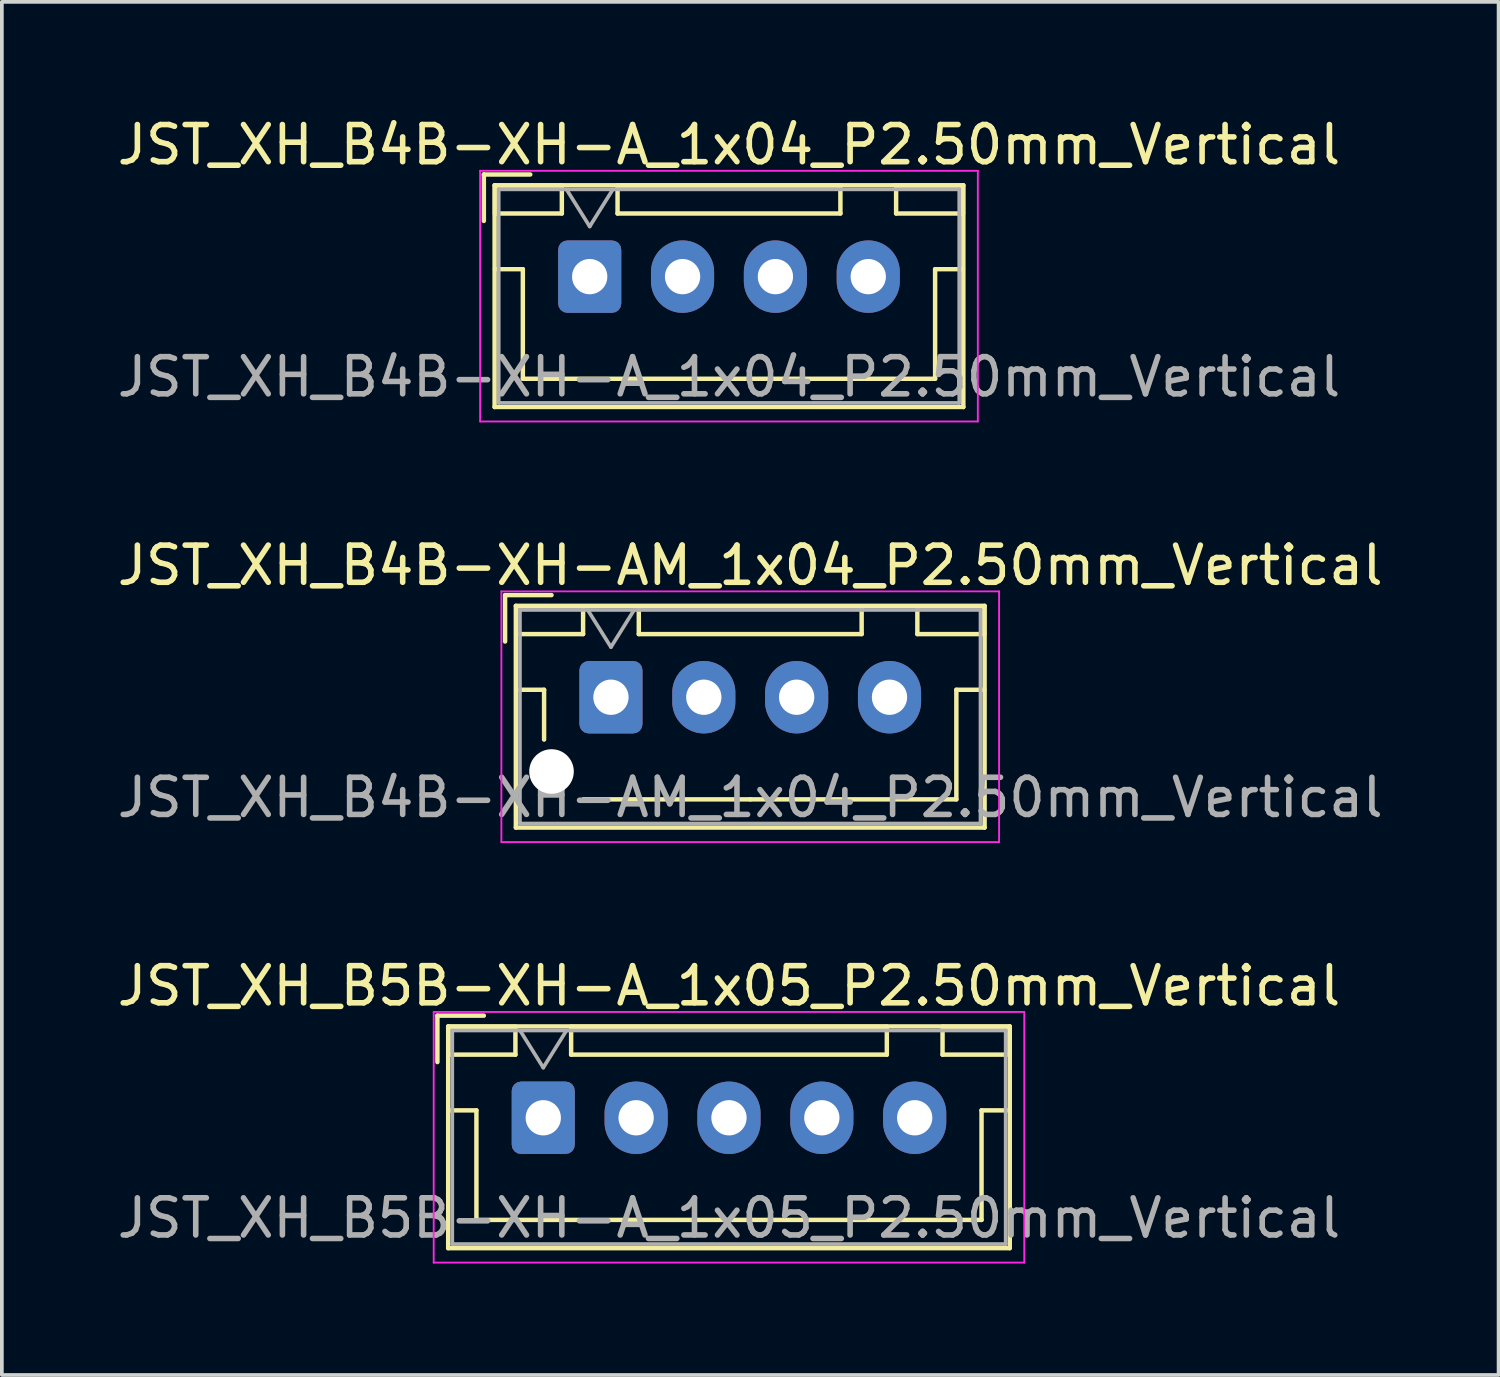
<source format=kicad_pcb>
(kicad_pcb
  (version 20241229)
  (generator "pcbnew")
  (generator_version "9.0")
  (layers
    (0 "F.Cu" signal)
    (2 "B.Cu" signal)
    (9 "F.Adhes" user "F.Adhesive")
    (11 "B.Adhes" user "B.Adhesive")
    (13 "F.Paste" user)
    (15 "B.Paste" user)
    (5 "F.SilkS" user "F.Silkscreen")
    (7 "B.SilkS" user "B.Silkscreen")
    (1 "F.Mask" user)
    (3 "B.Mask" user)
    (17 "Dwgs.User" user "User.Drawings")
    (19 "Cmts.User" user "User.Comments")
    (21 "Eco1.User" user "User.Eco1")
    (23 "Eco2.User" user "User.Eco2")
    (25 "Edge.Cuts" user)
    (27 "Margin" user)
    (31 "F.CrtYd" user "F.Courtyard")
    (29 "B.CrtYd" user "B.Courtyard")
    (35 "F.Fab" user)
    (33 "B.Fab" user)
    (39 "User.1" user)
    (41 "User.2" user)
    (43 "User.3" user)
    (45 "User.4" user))
  (footprint "JST_XH_B4B-XH-AM_1x04_P2.50mm_Vertical"
    (layer "F.Cu")
    (at 13.399 15.722)
    (property "Reference" "JST_XH_B4B-XH-AM_1x04_P2.50mm_Vertical" (at 3.75 -3.55 0) (layer "F.SilkS") (effects (font (size 1 1) (thickness 0.15))))
    (attr through_hole)
    (fp_line (start -2.85 -2.75) (end -2.85 -1.5) (stroke (width 0.12) (type solid)) (layer "F.SilkS"))
    (fp_line (start -2.56 -2.46) (end -2.56 3.51) (stroke (width 0.12) (type solid)) (layer "F.SilkS"))
    (fp_line (start -2.56 3.51) (end 10.06 3.51) (stroke (width 0.12) (type solid)) (layer "F.SilkS"))
    (fp_line (start -2.55 -2.45) (end -2.55 -1.7) (stroke (width 0.12) (type solid)) (layer "F.SilkS"))
    (fp_line (start -2.55 -1.7) (end -0.75 -1.7) (stroke (width 0.12) (type solid)) (layer "F.SilkS"))
    (fp_line (start -2.55 -0.2) (end -1.8 -0.2) (stroke (width 0.12) (type solid)) (layer "F.SilkS"))
    (fp_line (start -1.8 -0.2) (end -1.8 1.14) (stroke (width 0.12) (type solid)) (layer "F.SilkS"))
    (fp_line (start -1.6 -2.75) (end -2.85 -2.75) (stroke (width 0.12) (type solid)) (layer "F.SilkS"))
    (fp_line (start -0.75 -2.45) (end -2.55 -2.45) (stroke (width 0.12) (type solid)) (layer "F.SilkS"))
    (fp_line (start -0.75 -1.7) (end -0.75 -2.45) (stroke (width 0.12) (type solid)) (layer "F.SilkS"))
    (fp_line (start 0.75 -2.45) (end 0.75 -1.7) (stroke (width 0.12) (type solid)) (layer "F.SilkS"))
    (fp_line (start 0.75 -1.7) (end 6.75 -1.7) (stroke (width 0.12) (type solid)) (layer "F.SilkS"))
    (fp_line (start 3.75 2.75) (end -0.74 2.75) (stroke (width 0.12) (type solid)) (layer "F.SilkS"))
    (fp_line (start 6.75 -2.45) (end 0.75 -2.45) (stroke (width 0.12) (type solid)) (layer "F.SilkS"))
    (fp_line (start 6.75 -1.7) (end 6.75 -2.45) (stroke (width 0.12) (type solid)) (layer "F.SilkS"))
    (fp_line (start 8.25 -2.45) (end 8.25 -1.7) (stroke (width 0.12) (type solid)) (layer "F.SilkS"))
    (fp_line (start 8.25 -1.7) (end 10.05 -1.7) (stroke (width 0.12) (type solid)) (layer "F.SilkS"))
    (fp_line (start 9.3 -0.2) (end 9.3 2.75) (stroke (width 0.12) (type solid)) (layer "F.SilkS"))
    (fp_line (start 9.3 2.75) (end 3.75 2.75) (stroke (width 0.12) (type solid)) (layer "F.SilkS"))
    (fp_line (start 10.05 -2.45) (end 8.25 -2.45) (stroke (width 0.12) (type solid)) (layer "F.SilkS"))
    (fp_line (start 10.05 -1.7) (end 10.05 -2.45) (stroke (width 0.12) (type solid)) (layer "F.SilkS"))
    (fp_line (start 10.05 -0.2) (end 9.3 -0.2) (stroke (width 0.12) (type solid)) (layer "F.SilkS"))
    (fp_line (start 10.06 -2.46) (end -2.56 -2.46) (stroke (width 0.12) (type solid)) (layer "F.SilkS"))
    (fp_line (start 10.06 3.51) (end 10.06 -2.46) (stroke (width 0.12) (type solid)) (layer "F.SilkS"))
    (fp_line (start -2.95 -2.85) (end -2.95 3.9) (stroke (width 0.05) (type solid)) (layer "F.CrtYd"))
    (fp_line (start -2.95 3.9) (end 10.45 3.9) (stroke (width 0.05) (type solid)) (layer "F.CrtYd"))
    (fp_line (start 10.45 -2.85) (end -2.95 -2.85) (stroke (width 0.05) (type solid)) (layer "F.CrtYd"))
    (fp_line (start 10.45 3.9) (end 10.45 -2.85) (stroke (width 0.05) (type solid)) (layer "F.CrtYd"))
    (fp_line (start -2.45 -2.35) (end -2.45 3.4) (stroke (width 0.1) (type solid)) (layer "F.Fab"))
    (fp_line (start -2.45 3.4) (end 9.95 3.4) (stroke (width 0.1) (type solid)) (layer "F.Fab"))
    (fp_line (start -0.625 -2.35) (end 0 -1.35) (stroke (width 0.1) (type solid)) (layer "F.Fab"))
    (fp_line (start 0 -1.35) (end 0.625 -2.35) (stroke (width 0.1) (type solid)) (layer "F.Fab"))
    (fp_line (start 9.95 -2.35) (end -2.45 -2.35) (stroke (width 0.1) (type solid)) (layer "F.Fab"))
    (fp_line (start 9.95 3.4) (end 9.95 -2.35) (stroke (width 0.1) (type solid)) (layer "F.Fab"))
    (fp_text user "${REFERENCE}" (at 3.75 2.7 0) (layer "F.Fab") (effects (font (size 1 1) (thickness 0.15))))
    (pad "" np_thru_hole circle (at -1.6 2) (size 1.2 1.2) (drill 1.2) (layers "*.Cu" "*.Mask"))
    (pad "1" thru_hole roundrect (at 0 0) (size 1.7 1.95) (drill 0.95) (layers "*.Cu" "*.Mask") (roundrect_rratio 0.147))
    (pad "2" thru_hole oval (at 2.5 0) (size 1.7 1.95) (drill 0.95) (layers "*.Cu" "*.Mask"))
    (pad "3" thru_hole oval (at 5 0) (size 1.7 1.95) (drill 0.95) (layers "*.Cu" "*.Mask"))
    (pad "4" thru_hole oval (at 7.5 0) (size 1.7 1.95) (drill 0.95) (layers "*.Cu" "*.Mask")))
  (footprint "JST_XH_B4B-XH-A_1x04_P2.50mm_Vertical"
    (layer "F.Cu")
    (at 12.827 4.398)
    (property "Reference" "JST_XH_B4B-XH-A_1x04_P2.50mm_Vertical" (at 3.75 -3.55 0) (layer "F.SilkS") (effects (font (size 1 1) (thickness 0.15))))
    (attr through_hole)
    (fp_line (start -2.85 -2.75) (end -2.85 -1.5) (stroke (width 0.12) (type solid)) (layer "F.SilkS"))
    (fp_line (start -2.56 -2.46) (end -2.56 3.51) (stroke (width 0.12) (type solid)) (layer "F.SilkS"))
    (fp_line (start -2.56 3.51) (end 10.06 3.51) (stroke (width 0.12) (type solid)) (layer "F.SilkS"))
    (fp_line (start -2.55 -2.45) (end -2.55 -1.7) (stroke (width 0.12) (type solid)) (layer "F.SilkS"))
    (fp_line (start -2.55 -1.7) (end -0.75 -1.7) (stroke (width 0.12) (type solid)) (layer "F.SilkS"))
    (fp_line (start -2.55 -0.2) (end -1.8 -0.2) (stroke (width 0.12) (type solid)) (layer "F.SilkS"))
    (fp_line (start -1.8 -0.2) (end -1.8 2.75) (stroke (width 0.12) (type solid)) (layer "F.SilkS"))
    (fp_line (start -1.8 2.75) (end 3.75 2.75) (stroke (width 0.12) (type solid)) (layer "F.SilkS"))
    (fp_line (start -1.6 -2.75) (end -2.85 -2.75) (stroke (width 0.12) (type solid)) (layer "F.SilkS"))
    (fp_line (start -0.75 -2.45) (end -2.55 -2.45) (stroke (width 0.12) (type solid)) (layer "F.SilkS"))
    (fp_line (start -0.75 -1.7) (end -0.75 -2.45) (stroke (width 0.12) (type solid)) (layer "F.SilkS"))
    (fp_line (start 0.75 -2.45) (end 0.75 -1.7) (stroke (width 0.12) (type solid)) (layer "F.SilkS"))
    (fp_line (start 0.75 -1.7) (end 6.75 -1.7) (stroke (width 0.12) (type solid)) (layer "F.SilkS"))
    (fp_line (start 6.75 -2.45) (end 0.75 -2.45) (stroke (width 0.12) (type solid)) (layer "F.SilkS"))
    (fp_line (start 6.75 -1.7) (end 6.75 -2.45) (stroke (width 0.12) (type solid)) (layer "F.SilkS"))
    (fp_line (start 8.25 -2.45) (end 8.25 -1.7) (stroke (width 0.12) (type solid)) (layer "F.SilkS"))
    (fp_line (start 8.25 -1.7) (end 10.05 -1.7) (stroke (width 0.12) (type solid)) (layer "F.SilkS"))
    (fp_line (start 9.3 -0.2) (end 9.3 2.75) (stroke (width 0.12) (type solid)) (layer "F.SilkS"))
    (fp_line (start 9.3 2.75) (end 3.75 2.75) (stroke (width 0.12) (type solid)) (layer "F.SilkS"))
    (fp_line (start 10.05 -2.45) (end 8.25 -2.45) (stroke (width 0.12) (type solid)) (layer "F.SilkS"))
    (fp_line (start 10.05 -1.7) (end 10.05 -2.45) (stroke (width 0.12) (type solid)) (layer "F.SilkS"))
    (fp_line (start 10.05 -0.2) (end 9.3 -0.2) (stroke (width 0.12) (type solid)) (layer "F.SilkS"))
    (fp_line (start 10.06 -2.46) (end -2.56 -2.46) (stroke (width 0.12) (type solid)) (layer "F.SilkS"))
    (fp_line (start 10.06 3.51) (end 10.06 -2.46) (stroke (width 0.12) (type solid)) (layer "F.SilkS"))
    (fp_line (start -2.95 -2.85) (end -2.95 3.9) (stroke (width 0.05) (type solid)) (layer "F.CrtYd"))
    (fp_line (start -2.95 3.9) (end 10.45 3.9) (stroke (width 0.05) (type solid)) (layer "F.CrtYd"))
    (fp_line (start 10.45 -2.85) (end -2.95 -2.85) (stroke (width 0.05) (type solid)) (layer "F.CrtYd"))
    (fp_line (start 10.45 3.9) (end 10.45 -2.85) (stroke (width 0.05) (type solid)) (layer "F.CrtYd"))
    (fp_line (start -2.45 -2.35) (end -2.45 3.4) (stroke (width 0.1) (type solid)) (layer "F.Fab"))
    (fp_line (start -2.45 3.4) (end 9.95 3.4) (stroke (width 0.1) (type solid)) (layer "F.Fab"))
    (fp_line (start -0.625 -2.35) (end 0 -1.35) (stroke (width 0.1) (type solid)) (layer "F.Fab"))
    (fp_line (start 0 -1.35) (end 0.625 -2.35) (stroke (width 0.1) (type solid)) (layer "F.Fab"))
    (fp_line (start 9.95 -2.35) (end -2.45 -2.35) (stroke (width 0.1) (type solid)) (layer "F.Fab"))
    (fp_line (start 9.95 3.4) (end 9.95 -2.35) (stroke (width 0.1) (type solid)) (layer "F.Fab"))
    (fp_text user "${REFERENCE}" (at 3.75 2.7 0) (layer "F.Fab") (effects (font (size 1 1) (thickness 0.15))))
    (pad "1" thru_hole roundrect (at 0 0) (size 1.7 1.95) (drill 0.95) (layers "*.Cu" "*.Mask") (roundrect_rratio 0.147))
    (pad "2" thru_hole oval (at 2.5 0) (size 1.7 1.95) (drill 0.95) (layers "*.Cu" "*.Mask"))
    (pad "3" thru_hole oval (at 5 0) (size 1.7 1.95) (drill 0.95) (layers "*.Cu" "*.Mask"))
    (pad "4" thru_hole oval (at 7.5 0) (size 1.7 1.95) (drill 0.95) (layers "*.Cu" "*.Mask")))
  (footprint "JST_XH_B5B-XH-A_1x05_P2.50mm_Vertical"
    (layer "F.Cu")
    (at 11.577 27.045)
    (property "Reference" "JST_XH_B5B-XH-A_1x05_P2.50mm_Vertical" (at 5 -3.55 0) (layer "F.SilkS") (effects (font (size 1 1) (thickness 0.15))))
    (attr through_hole)
    (fp_line (start -2.85 -2.75) (end -2.85 -1.5) (stroke (width 0.12) (type solid)) (layer "F.SilkS"))
    (fp_line (start -2.56 -2.46) (end -2.56 3.51) (stroke (width 0.12) (type solid)) (layer "F.SilkS"))
    (fp_line (start -2.56 3.51) (end 12.56 3.51) (stroke (width 0.12) (type solid)) (layer "F.SilkS"))
    (fp_line (start -2.55 -2.45) (end -2.55 -1.7) (stroke (width 0.12) (type solid)) (layer "F.SilkS"))
    (fp_line (start -2.55 -1.7) (end -0.75 -1.7) (stroke (width 0.12) (type solid)) (layer "F.SilkS"))
    (fp_line (start -2.55 -0.2) (end -1.8 -0.2) (stroke (width 0.12) (type solid)) (layer "F.SilkS"))
    (fp_line (start -1.8 -0.2) (end -1.8 2.75) (stroke (width 0.12) (type solid)) (layer "F.SilkS"))
    (fp_line (start -1.8 2.75) (end 5 2.75) (stroke (width 0.12) (type solid)) (layer "F.SilkS"))
    (fp_line (start -1.6 -2.75) (end -2.85 -2.75) (stroke (width 0.12) (type solid)) (layer "F.SilkS"))
    (fp_line (start -0.75 -2.45) (end -2.55 -2.45) (stroke (width 0.12) (type solid)) (layer "F.SilkS"))
    (fp_line (start -0.75 -1.7) (end -0.75 -2.45) (stroke (width 0.12) (type solid)) (layer "F.SilkS"))
    (fp_line (start 0.75 -2.45) (end 0.75 -1.7) (stroke (width 0.12) (type solid)) (layer "F.SilkS"))
    (fp_line (start 0.75 -1.7) (end 9.25 -1.7) (stroke (width 0.12) (type solid)) (layer "F.SilkS"))
    (fp_line (start 9.25 -2.45) (end 0.75 -2.45) (stroke (width 0.12) (type solid)) (layer "F.SilkS"))
    (fp_line (start 9.25 -1.7) (end 9.25 -2.45) (stroke (width 0.12) (type solid)) (layer "F.SilkS"))
    (fp_line (start 10.75 -2.45) (end 10.75 -1.7) (stroke (width 0.12) (type solid)) (layer "F.SilkS"))
    (fp_line (start 10.75 -1.7) (end 12.55 -1.7) (stroke (width 0.12) (type solid)) (layer "F.SilkS"))
    (fp_line (start 11.8 -0.2) (end 11.8 2.75) (stroke (width 0.12) (type solid)) (layer "F.SilkS"))
    (fp_line (start 11.8 2.75) (end 5 2.75) (stroke (width 0.12) (type solid)) (layer "F.SilkS"))
    (fp_line (start 12.55 -2.45) (end 10.75 -2.45) (stroke (width 0.12) (type solid)) (layer "F.SilkS"))
    (fp_line (start 12.55 -1.7) (end 12.55 -2.45) (stroke (width 0.12) (type solid)) (layer "F.SilkS"))
    (fp_line (start 12.55 -0.2) (end 11.8 -0.2) (stroke (width 0.12) (type solid)) (layer "F.SilkS"))
    (fp_line (start 12.56 -2.46) (end -2.56 -2.46) (stroke (width 0.12) (type solid)) (layer "F.SilkS"))
    (fp_line (start 12.56 3.51) (end 12.56 -2.46) (stroke (width 0.12) (type solid)) (layer "F.SilkS"))
    (fp_line (start -2.95 -2.85) (end -2.95 3.9) (stroke (width 0.05) (type solid)) (layer "F.CrtYd"))
    (fp_line (start -2.95 3.9) (end 12.95 3.9) (stroke (width 0.05) (type solid)) (layer "F.CrtYd"))
    (fp_line (start 12.95 -2.85) (end -2.95 -2.85) (stroke (width 0.05) (type solid)) (layer "F.CrtYd"))
    (fp_line (start 12.95 3.9) (end 12.95 -2.85) (stroke (width 0.05) (type solid)) (layer "F.CrtYd"))
    (fp_line (start -2.45 -2.35) (end -2.45 3.4) (stroke (width 0.1) (type solid)) (layer "F.Fab"))
    (fp_line (start -2.45 3.4) (end 12.45 3.4) (stroke (width 0.1) (type solid)) (layer "F.Fab"))
    (fp_line (start -0.625 -2.35) (end 0 -1.35) (stroke (width 0.1) (type solid)) (layer "F.Fab"))
    (fp_line (start 0 -1.35) (end 0.625 -2.35) (stroke (width 0.1) (type solid)) (layer "F.Fab"))
    (fp_line (start 12.45 -2.35) (end -2.45 -2.35) (stroke (width 0.1) (type solid)) (layer "F.Fab"))
    (fp_line (start 12.45 3.4) (end 12.45 -2.35) (stroke (width 0.1) (type solid)) (layer "F.Fab"))
    (fp_text user "${REFERENCE}" (at 5 2.7 0) (layer "F.Fab") (effects (font (size 1 1) (thickness 0.15))))
    (pad "1" thru_hole roundrect (at 0 0) (size 1.7 1.95) (drill 0.95) (layers "*.Cu" "*.Mask") (roundrect_rratio 0.147))
    (pad "2" thru_hole oval (at 2.5 0) (size 1.7 1.95) (drill 0.95) (layers "*.Cu" "*.Mask"))
    (pad "3" thru_hole oval (at 5 0) (size 1.7 1.95) (drill 0.95) (layers "*.Cu" "*.Mask"))
    (pad "4" thru_hole oval (at 7.5 0) (size 1.7 1.95) (drill 0.95) (layers "*.Cu" "*.Mask"))
    (pad "5" thru_hole oval (at 10 0) (size 1.7 1.95) (drill 0.95) (layers "*.Cu" "*.Mask")))
  (gr_rect
    (start -3 -3)
    (end 37.298 33.97)
    (stroke (width 0.1) (type default))
    (fill no)
    (layer "Edge.Cuts")))
</source>
